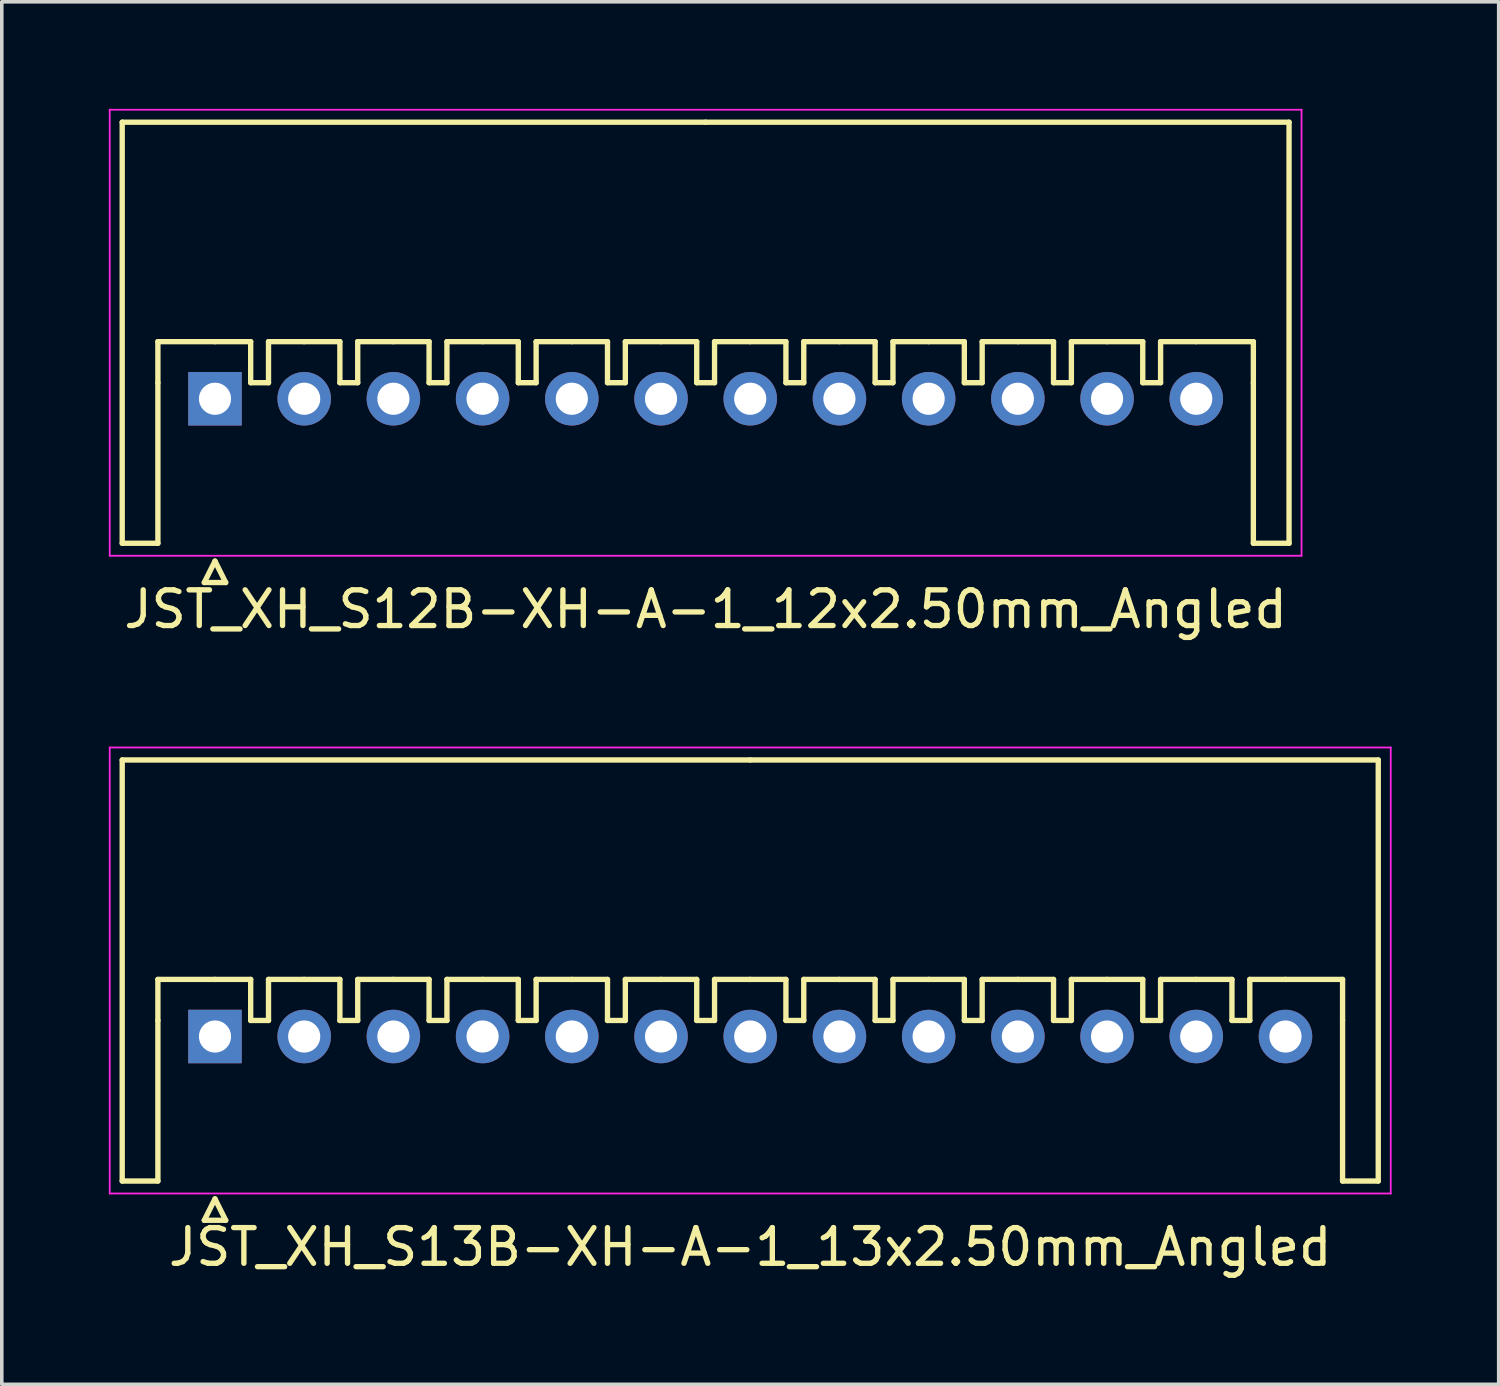
<source format=kicad_pcb>
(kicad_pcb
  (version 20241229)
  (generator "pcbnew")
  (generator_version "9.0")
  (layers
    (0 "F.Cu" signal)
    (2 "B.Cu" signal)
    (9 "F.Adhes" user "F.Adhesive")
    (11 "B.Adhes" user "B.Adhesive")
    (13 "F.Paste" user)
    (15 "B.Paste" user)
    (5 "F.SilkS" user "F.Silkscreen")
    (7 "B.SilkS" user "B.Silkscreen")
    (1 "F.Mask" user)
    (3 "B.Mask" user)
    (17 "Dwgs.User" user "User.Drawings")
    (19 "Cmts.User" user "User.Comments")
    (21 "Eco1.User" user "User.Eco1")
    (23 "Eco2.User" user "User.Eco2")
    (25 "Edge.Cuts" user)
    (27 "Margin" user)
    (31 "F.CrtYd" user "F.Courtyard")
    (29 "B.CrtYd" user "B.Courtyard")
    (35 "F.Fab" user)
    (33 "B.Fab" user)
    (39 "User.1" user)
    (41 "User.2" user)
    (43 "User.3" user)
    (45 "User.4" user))
  (footprint "JST_XH_S13B-XH-A-1_13x2.50mm_Angled"
    (layer "F.Cu")
    (at 2.975 25.998)
    (property "Reference" "JST_XH_S13B-XH-A-1_13x2.50mm_Angled" (at 15 5.9 0) (layer "F.SilkS") (effects (font (size 1 1) (thickness 0.15))))
    (attr through_hole)
    (fp_line (start -2.6 -7.75) (end -2.6 4.05) (stroke (width 0.15) (type solid)) (layer "F.SilkS"))
    (fp_line (start -2.6 4.05) (end -1.6 4.05) (stroke (width 0.15) (type solid)) (layer "F.SilkS"))
    (fp_line (start -1.6 -1.6) (end 0 -1.6) (stroke (width 0.15) (type solid)) (layer "F.SilkS"))
    (fp_line (start -1.6 -0.45) (end -1.6 -1.6) (stroke (width 0.15) (type solid)) (layer "F.SilkS"))
    (fp_line (start -1.6 4.05) (end -1.6 -0.45) (stroke (width 0.15) (type solid)) (layer "F.SilkS"))
    (fp_line (start -0.3 5.15) (end 0.3 5.15) (stroke (width 0.15) (type solid)) (layer "F.SilkS"))
    (fp_line (start 0 -1.6) (end 1 -1.6) (stroke (width 0.15) (type solid)) (layer "F.SilkS"))
    (fp_line (start 0 4.55) (end -0.3 5.15) (stroke (width 0.15) (type solid)) (layer "F.SilkS"))
    (fp_line (start 0.3 5.15) (end 0 4.55) (stroke (width 0.15) (type solid)) (layer "F.SilkS"))
    (fp_line (start 1 -1.6) (end 1 -0.45) (stroke (width 0.15) (type solid)) (layer "F.SilkS"))
    (fp_line (start 1 -0.45) (end 1.5 -0.45) (stroke (width 0.15) (type solid)) (layer "F.SilkS"))
    (fp_line (start 1.5 -1.6) (end 2.5 -1.6) (stroke (width 0.15) (type solid)) (layer "F.SilkS"))
    (fp_line (start 1.5 -0.45) (end 1.5 -1.6) (stroke (width 0.15) (type solid)) (layer "F.SilkS"))
    (fp_line (start 2.5 -1.6) (end 3.5 -1.6) (stroke (width 0.15) (type solid)) (layer "F.SilkS"))
    (fp_line (start 3.5 -1.6) (end 3.5 -0.45) (stroke (width 0.15) (type solid)) (layer "F.SilkS"))
    (fp_line (start 3.5 -0.45) (end 4 -0.45) (stroke (width 0.15) (type solid)) (layer "F.SilkS"))
    (fp_line (start 4 -1.6) (end 5 -1.6) (stroke (width 0.15) (type solid)) (layer "F.SilkS"))
    (fp_line (start 4 -0.45) (end 4 -1.6) (stroke (width 0.15) (type solid)) (layer "F.SilkS"))
    (fp_line (start 5 -1.6) (end 6 -1.6) (stroke (width 0.15) (type solid)) (layer "F.SilkS"))
    (fp_line (start 6 -1.6) (end 6 -0.45) (stroke (width 0.15) (type solid)) (layer "F.SilkS"))
    (fp_line (start 6 -0.45) (end 6.5 -0.45) (stroke (width 0.15) (type solid)) (layer "F.SilkS"))
    (fp_line (start 6.5 -1.6) (end 7.5 -1.6) (stroke (width 0.15) (type solid)) (layer "F.SilkS"))
    (fp_line (start 6.5 -0.45) (end 6.5 -1.6) (stroke (width 0.15) (type solid)) (layer "F.SilkS"))
    (fp_line (start 7.5 -1.6) (end 8.5 -1.6) (stroke (width 0.15) (type solid)) (layer "F.SilkS"))
    (fp_line (start 8.5 -1.6) (end 8.5 -0.45) (stroke (width 0.15) (type solid)) (layer "F.SilkS"))
    (fp_line (start 8.5 -0.45) (end 9 -0.45) (stroke (width 0.15) (type solid)) (layer "F.SilkS"))
    (fp_line (start 9 -1.6) (end 10 -1.6) (stroke (width 0.15) (type solid)) (layer "F.SilkS"))
    (fp_line (start 9 -0.45) (end 9 -1.6) (stroke (width 0.15) (type solid)) (layer "F.SilkS"))
    (fp_line (start 10 -1.6) (end 11 -1.6) (stroke (width 0.15) (type solid)) (layer "F.SilkS"))
    (fp_line (start 11 -1.6) (end 11 -0.45) (stroke (width 0.15) (type solid)) (layer "F.SilkS"))
    (fp_line (start 11 -0.45) (end 11.5 -0.45) (stroke (width 0.15) (type solid)) (layer "F.SilkS"))
    (fp_line (start 11.5 -1.6) (end 12.5 -1.6) (stroke (width 0.15) (type solid)) (layer "F.SilkS"))
    (fp_line (start 11.5 -0.45) (end 11.5 -1.6) (stroke (width 0.15) (type solid)) (layer "F.SilkS"))
    (fp_line (start 12.5 -1.6) (end 13.5 -1.6) (stroke (width 0.15) (type solid)) (layer "F.SilkS"))
    (fp_line (start 13.5 -1.6) (end 13.5 -0.45) (stroke (width 0.15) (type solid)) (layer "F.SilkS"))
    (fp_line (start 13.5 -0.45) (end 14 -0.45) (stroke (width 0.15) (type solid)) (layer "F.SilkS"))
    (fp_line (start 14 -1.6) (end 15 -1.6) (stroke (width 0.15) (type solid)) (layer "F.SilkS"))
    (fp_line (start 14 -0.45) (end 14 -1.6) (stroke (width 0.15) (type solid)) (layer "F.SilkS"))
    (fp_line (start 15 -7.75) (end -2.6 -7.75) (stroke (width 0.15) (type solid)) (layer "F.SilkS"))
    (fp_line (start 15 -7.75) (end 32.6 -7.75) (stroke (width 0.15) (type solid)) (layer "F.SilkS"))
    (fp_line (start 15 -1.6) (end 16 -1.6) (stroke (width 0.15) (type solid)) (layer "F.SilkS"))
    (fp_line (start 16 -1.6) (end 16 -0.45) (stroke (width 0.15) (type solid)) (layer "F.SilkS"))
    (fp_line (start 16 -0.45) (end 16.5 -0.45) (stroke (width 0.15) (type solid)) (layer "F.SilkS"))
    (fp_line (start 16.5 -1.6) (end 17.5 -1.6) (stroke (width 0.15) (type solid)) (layer "F.SilkS"))
    (fp_line (start 16.5 -0.45) (end 16.5 -1.6) (stroke (width 0.15) (type solid)) (layer "F.SilkS"))
    (fp_line (start 17.5 -1.6) (end 18.5 -1.6) (stroke (width 0.15) (type solid)) (layer "F.SilkS"))
    (fp_line (start 18.5 -1.6) (end 18.5 -0.45) (stroke (width 0.15) (type solid)) (layer "F.SilkS"))
    (fp_line (start 18.5 -0.45) (end 19 -0.45) (stroke (width 0.15) (type solid)) (layer "F.SilkS"))
    (fp_line (start 19 -1.6) (end 20 -1.6) (stroke (width 0.15) (type solid)) (layer "F.SilkS"))
    (fp_line (start 19 -0.45) (end 19 -1.6) (stroke (width 0.15) (type solid)) (layer "F.SilkS"))
    (fp_line (start 20 -1.6) (end 21 -1.6) (stroke (width 0.15) (type solid)) (layer "F.SilkS"))
    (fp_line (start 21 -1.6) (end 21 -0.45) (stroke (width 0.15) (type solid)) (layer "F.SilkS"))
    (fp_line (start 21 -0.45) (end 21.5 -0.45) (stroke (width 0.15) (type solid)) (layer "F.SilkS"))
    (fp_line (start 21.5 -1.6) (end 22.5 -1.6) (stroke (width 0.15) (type solid)) (layer "F.SilkS"))
    (fp_line (start 21.5 -0.45) (end 21.5 -1.6) (stroke (width 0.15) (type solid)) (layer "F.SilkS"))
    (fp_line (start 22.5 -1.6) (end 23.5 -1.6) (stroke (width 0.15) (type solid)) (layer "F.SilkS"))
    (fp_line (start 23.5 -1.6) (end 23.5 -0.45) (stroke (width 0.15) (type solid)) (layer "F.SilkS"))
    (fp_line (start 23.5 -0.45) (end 24 -0.45) (stroke (width 0.15) (type solid)) (layer "F.SilkS"))
    (fp_line (start 24 -1.6) (end 25 -1.6) (stroke (width 0.15) (type solid)) (layer "F.SilkS"))
    (fp_line (start 24 -0.45) (end 24 -1.6) (stroke (width 0.15) (type solid)) (layer "F.SilkS"))
    (fp_line (start 25 -1.6) (end 26 -1.6) (stroke (width 0.15) (type solid)) (layer "F.SilkS"))
    (fp_line (start 26 -1.6) (end 26 -0.45) (stroke (width 0.15) (type solid)) (layer "F.SilkS"))
    (fp_line (start 26 -0.45) (end 26.5 -0.45) (stroke (width 0.15) (type solid)) (layer "F.SilkS"))
    (fp_line (start 26.5 -1.6) (end 27.5 -1.6) (stroke (width 0.15) (type solid)) (layer "F.SilkS"))
    (fp_line (start 26.5 -0.45) (end 26.5 -1.6) (stroke (width 0.15) (type solid)) (layer "F.SilkS"))
    (fp_line (start 27.5 -1.6) (end 28.5 -1.6) (stroke (width 0.15) (type solid)) (layer "F.SilkS"))
    (fp_line (start 28.5 -1.6) (end 28.5 -0.45) (stroke (width 0.15) (type solid)) (layer "F.SilkS"))
    (fp_line (start 28.5 -0.45) (end 29 -0.45) (stroke (width 0.15) (type solid)) (layer "F.SilkS"))
    (fp_line (start 29 -1.6) (end 30 -1.6) (stroke (width 0.15) (type solid)) (layer "F.SilkS"))
    (fp_line (start 29 -0.45) (end 29 -1.6) (stroke (width 0.15) (type solid)) (layer "F.SilkS"))
    (fp_line (start 31.6 -1.6) (end 30 -1.6) (stroke (width 0.15) (type solid)) (layer "F.SilkS"))
    (fp_line (start 31.6 -0.45) (end 31.6 -1.6) (stroke (width 0.15) (type solid)) (layer "F.SilkS"))
    (fp_line (start 31.6 4.05) (end 31.6 -0.45) (stroke (width 0.15) (type solid)) (layer "F.SilkS"))
    (fp_line (start 32.6 -7.75) (end 32.6 4.05) (stroke (width 0.15) (type solid)) (layer "F.SilkS"))
    (fp_line (start 32.6 4.05) (end 31.6 4.05) (stroke (width 0.15) (type solid)) (layer "F.SilkS"))
    (fp_line (start -2.95 -8.1) (end -2.95 4.4) (stroke (width 0.05) (type solid)) (layer "F.CrtYd"))
    (fp_line (start -2.95 4.4) (end 32.95 4.4) (stroke (width 0.05) (type solid)) (layer "F.CrtYd"))
    (fp_line (start 32.95 -8.1) (end -2.95 -8.1) (stroke (width 0.05) (type solid)) (layer "F.CrtYd"))
    (fp_line (start 32.95 4.4) (end 32.95 -8.1) (stroke (width 0.05) (type solid)) (layer "F.CrtYd"))
    (pad "1" thru_hole rect (at 0 0) (size 1.5 1.5) (drill 0.9) (layers "*.Cu" "*.Mask"))
    (pad "2" thru_hole circle (at 2.5 0) (size 1.5 1.5) (drill 0.9) (layers "*.Cu" "*.Mask"))
    (pad "3" thru_hole circle (at 5 0) (size 1.5 1.5) (drill 0.9) (layers "*.Cu" "*.Mask"))
    (pad "4" thru_hole circle (at 7.5 0) (size 1.5 1.5) (drill 0.9) (layers "*.Cu" "*.Mask"))
    (pad "5" thru_hole circle (at 10 0) (size 1.5 1.5) (drill 0.9) (layers "*.Cu" "*.Mask"))
    (pad "6" thru_hole circle (at 12.5 0) (size 1.5 1.5) (drill 0.9) (layers "*.Cu" "*.Mask"))
    (pad "7" thru_hole circle (at 15 0) (size 1.5 1.5) (drill 0.9) (layers "*.Cu" "*.Mask"))
    (pad "8" thru_hole circle (at 17.5 0) (size 1.5 1.5) (drill 0.9) (layers "*.Cu" "*.Mask"))
    (pad "9" thru_hole circle (at 20 0) (size 1.5 1.5) (drill 0.9) (layers "*.Cu" "*.Mask"))
    (pad "10" thru_hole circle (at 22.5 0) (size 1.5 1.5) (drill 0.9) (layers "*.Cu" "*.Mask"))
    (pad "11" thru_hole circle (at 25 0) (size 1.5 1.5) (drill 0.9) (layers "*.Cu" "*.Mask"))
    (pad "12" thru_hole circle (at 27.5 0) (size 1.5 1.5) (drill 0.9) (layers "*.Cu" "*.Mask"))
    (pad "13" thru_hole circle (at 30 0) (size 1.5 1.5) (drill 0.9) (layers "*.Cu" "*.Mask")))
  (footprint "JST_XH_S12B-XH-A-1_12x2.50mm_Angled"
    (layer "F.Cu")
    (at 2.975 8.125)
    (property "Reference" "JST_XH_S12B-XH-A-1_12x2.50mm_Angled" (at 13.75 5.9 0) (layer "F.SilkS") (effects (font (size 1 1) (thickness 0.15))))
    (attr through_hole)
    (fp_line (start -2.6 -7.75) (end -2.6 4.05) (stroke (width 0.15) (type solid)) (layer "F.SilkS"))
    (fp_line (start -2.6 4.05) (end -1.6 4.05) (stroke (width 0.15) (type solid)) (layer "F.SilkS"))
    (fp_line (start -1.6 -1.6) (end 0 -1.6) (stroke (width 0.15) (type solid)) (layer "F.SilkS"))
    (fp_line (start -1.6 -0.45) (end -1.6 -1.6) (stroke (width 0.15) (type solid)) (layer "F.SilkS"))
    (fp_line (start -1.6 4.05) (end -1.6 -0.45) (stroke (width 0.15) (type solid)) (layer "F.SilkS"))
    (fp_line (start -0.3 5.15) (end 0.3 5.15) (stroke (width 0.15) (type solid)) (layer "F.SilkS"))
    (fp_line (start 0 -1.6) (end 1 -1.6) (stroke (width 0.15) (type solid)) (layer "F.SilkS"))
    (fp_line (start 0 4.55) (end -0.3 5.15) (stroke (width 0.15) (type solid)) (layer "F.SilkS"))
    (fp_line (start 0.3 5.15) (end 0 4.55) (stroke (width 0.15) (type solid)) (layer "F.SilkS"))
    (fp_line (start 1 -1.6) (end 1 -0.45) (stroke (width 0.15) (type solid)) (layer "F.SilkS"))
    (fp_line (start 1 -0.45) (end 1.5 -0.45) (stroke (width 0.15) (type solid)) (layer "F.SilkS"))
    (fp_line (start 1.5 -1.6) (end 2.5 -1.6) (stroke (width 0.15) (type solid)) (layer "F.SilkS"))
    (fp_line (start 1.5 -0.45) (end 1.5 -1.6) (stroke (width 0.15) (type solid)) (layer "F.SilkS"))
    (fp_line (start 2.5 -1.6) (end 3.5 -1.6) (stroke (width 0.15) (type solid)) (layer "F.SilkS"))
    (fp_line (start 3.5 -1.6) (end 3.5 -0.45) (stroke (width 0.15) (type solid)) (layer "F.SilkS"))
    (fp_line (start 3.5 -0.45) (end 4 -0.45) (stroke (width 0.15) (type solid)) (layer "F.SilkS"))
    (fp_line (start 4 -1.6) (end 5 -1.6) (stroke (width 0.15) (type solid)) (layer "F.SilkS"))
    (fp_line (start 4 -0.45) (end 4 -1.6) (stroke (width 0.15) (type solid)) (layer "F.SilkS"))
    (fp_line (start 5 -1.6) (end 6 -1.6) (stroke (width 0.15) (type solid)) (layer "F.SilkS"))
    (fp_line (start 6 -1.6) (end 6 -0.45) (stroke (width 0.15) (type solid)) (layer "F.SilkS"))
    (fp_line (start 6 -0.45) (end 6.5 -0.45) (stroke (width 0.15) (type solid)) (layer "F.SilkS"))
    (fp_line (start 6.5 -1.6) (end 7.5 -1.6) (stroke (width 0.15) (type solid)) (layer "F.SilkS"))
    (fp_line (start 6.5 -0.45) (end 6.5 -1.6) (stroke (width 0.15) (type solid)) (layer "F.SilkS"))
    (fp_line (start 7.5 -1.6) (end 8.5 -1.6) (stroke (width 0.15) (type solid)) (layer "F.SilkS"))
    (fp_line (start 8.5 -1.6) (end 8.5 -0.45) (stroke (width 0.15) (type solid)) (layer "F.SilkS"))
    (fp_line (start 8.5 -0.45) (end 9 -0.45) (stroke (width 0.15) (type solid)) (layer "F.SilkS"))
    (fp_line (start 9 -1.6) (end 10 -1.6) (stroke (width 0.15) (type solid)) (layer "F.SilkS"))
    (fp_line (start 9 -0.45) (end 9 -1.6) (stroke (width 0.15) (type solid)) (layer "F.SilkS"))
    (fp_line (start 10 -1.6) (end 11 -1.6) (stroke (width 0.15) (type solid)) (layer "F.SilkS"))
    (fp_line (start 11 -1.6) (end 11 -0.45) (stroke (width 0.15) (type solid)) (layer "F.SilkS"))
    (fp_line (start 11 -0.45) (end 11.5 -0.45) (stroke (width 0.15) (type solid)) (layer "F.SilkS"))
    (fp_line (start 11.5 -1.6) (end 12.5 -1.6) (stroke (width 0.15) (type solid)) (layer "F.SilkS"))
    (fp_line (start 11.5 -0.45) (end 11.5 -1.6) (stroke (width 0.15) (type solid)) (layer "F.SilkS"))
    (fp_line (start 12.5 -1.6) (end 13.5 -1.6) (stroke (width 0.15) (type solid)) (layer "F.SilkS"))
    (fp_line (start 13.5 -1.6) (end 13.5 -0.45) (stroke (width 0.15) (type solid)) (layer "F.SilkS"))
    (fp_line (start 13.5 -0.45) (end 14 -0.45) (stroke (width 0.15) (type solid)) (layer "F.SilkS"))
    (fp_line (start 13.75 -7.75) (end -2.6 -7.75) (stroke (width 0.15) (type solid)) (layer "F.SilkS"))
    (fp_line (start 13.75 -7.75) (end 30.1 -7.75) (stroke (width 0.15) (type solid)) (layer "F.SilkS"))
    (fp_line (start 14 -1.6) (end 15 -1.6) (stroke (width 0.15) (type solid)) (layer "F.SilkS"))
    (fp_line (start 14 -0.45) (end 14 -1.6) (stroke (width 0.15) (type solid)) (layer "F.SilkS"))
    (fp_line (start 15 -1.6) (end 16 -1.6) (stroke (width 0.15) (type solid)) (layer "F.SilkS"))
    (fp_line (start 16 -1.6) (end 16 -0.45) (stroke (width 0.15) (type solid)) (layer "F.SilkS"))
    (fp_line (start 16 -0.45) (end 16.5 -0.45) (stroke (width 0.15) (type solid)) (layer "F.SilkS"))
    (fp_line (start 16.5 -1.6) (end 17.5 -1.6) (stroke (width 0.15) (type solid)) (layer "F.SilkS"))
    (fp_line (start 16.5 -0.45) (end 16.5 -1.6) (stroke (width 0.15) (type solid)) (layer "F.SilkS"))
    (fp_line (start 17.5 -1.6) (end 18.5 -1.6) (stroke (width 0.15) (type solid)) (layer "F.SilkS"))
    (fp_line (start 18.5 -1.6) (end 18.5 -0.45) (stroke (width 0.15) (type solid)) (layer "F.SilkS"))
    (fp_line (start 18.5 -0.45) (end 19 -0.45) (stroke (width 0.15) (type solid)) (layer "F.SilkS"))
    (fp_line (start 19 -1.6) (end 20 -1.6) (stroke (width 0.15) (type solid)) (layer "F.SilkS"))
    (fp_line (start 19 -0.45) (end 19 -1.6) (stroke (width 0.15) (type solid)) (layer "F.SilkS"))
    (fp_line (start 20 -1.6) (end 21 -1.6) (stroke (width 0.15) (type solid)) (layer "F.SilkS"))
    (fp_line (start 21 -1.6) (end 21 -0.45) (stroke (width 0.15) (type solid)) (layer "F.SilkS"))
    (fp_line (start 21 -0.45) (end 21.5 -0.45) (stroke (width 0.15) (type solid)) (layer "F.SilkS"))
    (fp_line (start 21.5 -1.6) (end 22.5 -1.6) (stroke (width 0.15) (type solid)) (layer "F.SilkS"))
    (fp_line (start 21.5 -0.45) (end 21.5 -1.6) (stroke (width 0.15) (type solid)) (layer "F.SilkS"))
    (fp_line (start 22.5 -1.6) (end 23.5 -1.6) (stroke (width 0.15) (type solid)) (layer "F.SilkS"))
    (fp_line (start 23.5 -1.6) (end 23.5 -0.45) (stroke (width 0.15) (type solid)) (layer "F.SilkS"))
    (fp_line (start 23.5 -0.45) (end 24 -0.45) (stroke (width 0.15) (type solid)) (layer "F.SilkS"))
    (fp_line (start 24 -1.6) (end 25 -1.6) (stroke (width 0.15) (type solid)) (layer "F.SilkS"))
    (fp_line (start 24 -0.45) (end 24 -1.6) (stroke (width 0.15) (type solid)) (layer "F.SilkS"))
    (fp_line (start 25 -1.6) (end 26 -1.6) (stroke (width 0.15) (type solid)) (layer "F.SilkS"))
    (fp_line (start 26 -1.6) (end 26 -0.45) (stroke (width 0.15) (type solid)) (layer "F.SilkS"))
    (fp_line (start 26 -0.45) (end 26.5 -0.45) (stroke (width 0.15) (type solid)) (layer "F.SilkS"))
    (fp_line (start 26.5 -1.6) (end 27.5 -1.6) (stroke (width 0.15) (type solid)) (layer "F.SilkS"))
    (fp_line (start 26.5 -0.45) (end 26.5 -1.6) (stroke (width 0.15) (type solid)) (layer "F.SilkS"))
    (fp_line (start 29.1 -1.6) (end 27.5 -1.6) (stroke (width 0.15) (type solid)) (layer "F.SilkS"))
    (fp_line (start 29.1 -0.45) (end 29.1 -1.6) (stroke (width 0.15) (type solid)) (layer "F.SilkS"))
    (fp_line (start 29.1 4.05) (end 29.1 -0.45) (stroke (width 0.15) (type solid)) (layer "F.SilkS"))
    (fp_line (start 30.1 -7.75) (end 30.1 4.05) (stroke (width 0.15) (type solid)) (layer "F.SilkS"))
    (fp_line (start 30.1 4.05) (end 29.1 4.05) (stroke (width 0.15) (type solid)) (layer "F.SilkS"))
    (fp_line (start -2.95 -8.1) (end -2.95 4.4) (stroke (width 0.05) (type solid)) (layer "F.CrtYd"))
    (fp_line (start -2.95 4.4) (end 30.45 4.4) (stroke (width 0.05) (type solid)) (layer "F.CrtYd"))
    (fp_line (start 30.45 -8.1) (end -2.95 -8.1) (stroke (width 0.05) (type solid)) (layer "F.CrtYd"))
    (fp_line (start 30.45 4.4) (end 30.45 -8.1) (stroke (width 0.05) (type solid)) (layer "F.CrtYd"))
    (pad "1" thru_hole rect (at 0 0) (size 1.5 1.5) (drill 0.9) (layers "*.Cu" "*.Mask"))
    (pad "2" thru_hole circle (at 2.5 0) (size 1.5 1.5) (drill 0.9) (layers "*.Cu" "*.Mask"))
    (pad "3" thru_hole circle (at 5 0) (size 1.5 1.5) (drill 0.9) (layers "*.Cu" "*.Mask"))
    (pad "4" thru_hole circle (at 7.5 0) (size 1.5 1.5) (drill 0.9) (layers "*.Cu" "*.Mask"))
    (pad "5" thru_hole circle (at 10 0) (size 1.5 1.5) (drill 0.9) (layers "*.Cu" "*.Mask"))
    (pad "6" thru_hole circle (at 12.5 0) (size 1.5 1.5) (drill 0.9) (layers "*.Cu" "*.Mask"))
    (pad "7" thru_hole circle (at 15 0) (size 1.5 1.5) (drill 0.9) (layers "*.Cu" "*.Mask"))
    (pad "8" thru_hole circle (at 17.5 0) (size 1.5 1.5) (drill 0.9) (layers "*.Cu" "*.Mask"))
    (pad "9" thru_hole circle (at 20 0) (size 1.5 1.5) (drill 0.9) (layers "*.Cu" "*.Mask"))
    (pad "10" thru_hole circle (at 22.5 0) (size 1.5 1.5) (drill 0.9) (layers "*.Cu" "*.Mask"))
    (pad "11" thru_hole circle (at 25 0) (size 1.5 1.5) (drill 0.9) (layers "*.Cu" "*.Mask"))
    (pad "12" thru_hole circle (at 27.5 0) (size 1.5 1.5) (drill 0.9) (layers "*.Cu" "*.Mask")))
  (gr_rect
    (start -3 -3)
    (end 38.95 35.746)
    (stroke (width 0.1) (type default))
    (fill no)
    (layer "Edge.Cuts")))
</source>
